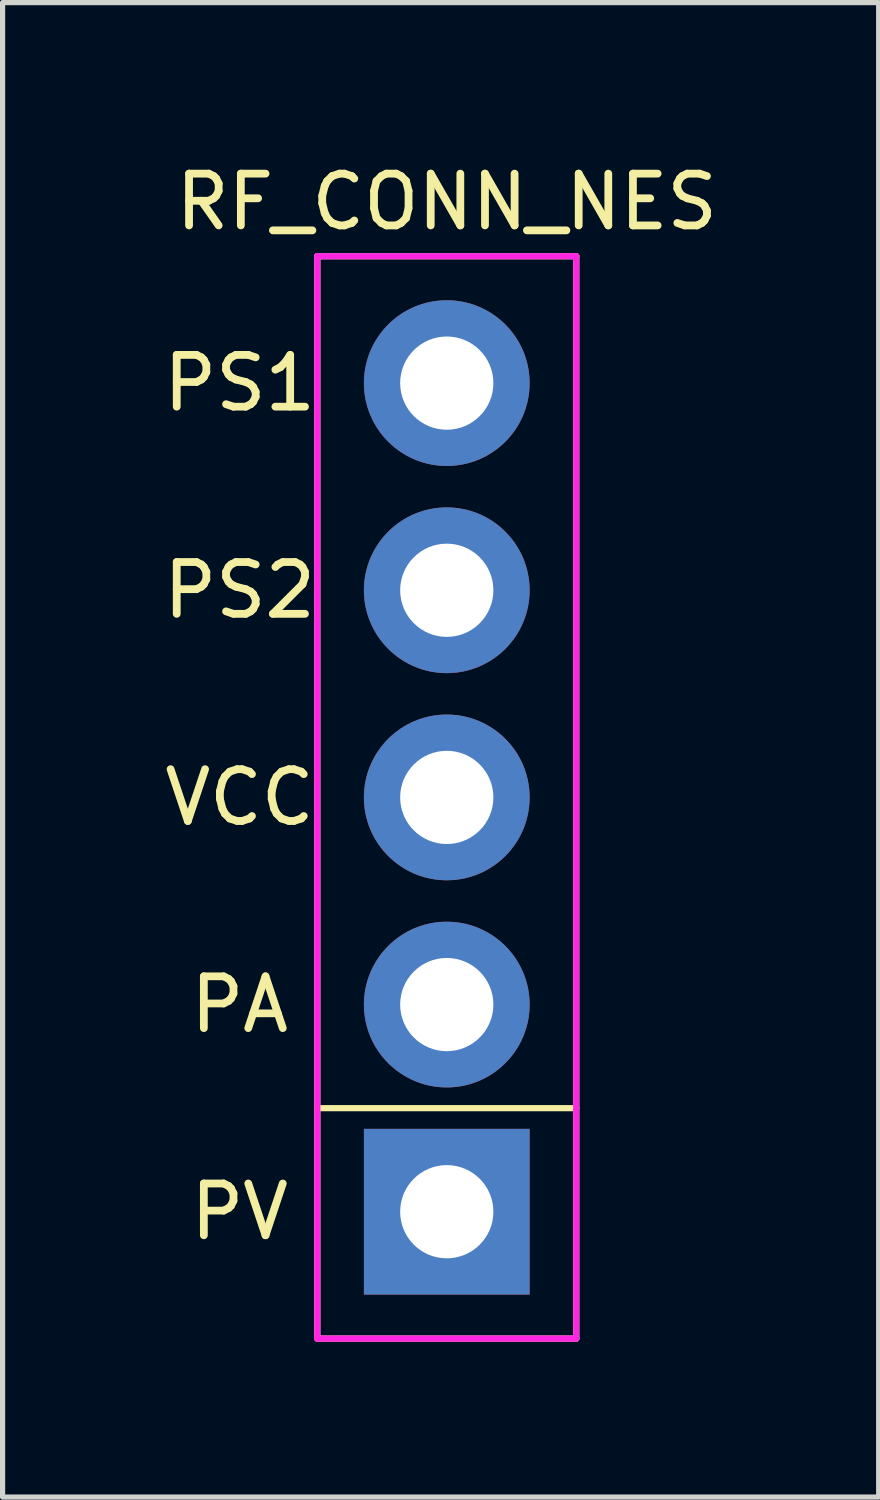
<source format=kicad_pcb>
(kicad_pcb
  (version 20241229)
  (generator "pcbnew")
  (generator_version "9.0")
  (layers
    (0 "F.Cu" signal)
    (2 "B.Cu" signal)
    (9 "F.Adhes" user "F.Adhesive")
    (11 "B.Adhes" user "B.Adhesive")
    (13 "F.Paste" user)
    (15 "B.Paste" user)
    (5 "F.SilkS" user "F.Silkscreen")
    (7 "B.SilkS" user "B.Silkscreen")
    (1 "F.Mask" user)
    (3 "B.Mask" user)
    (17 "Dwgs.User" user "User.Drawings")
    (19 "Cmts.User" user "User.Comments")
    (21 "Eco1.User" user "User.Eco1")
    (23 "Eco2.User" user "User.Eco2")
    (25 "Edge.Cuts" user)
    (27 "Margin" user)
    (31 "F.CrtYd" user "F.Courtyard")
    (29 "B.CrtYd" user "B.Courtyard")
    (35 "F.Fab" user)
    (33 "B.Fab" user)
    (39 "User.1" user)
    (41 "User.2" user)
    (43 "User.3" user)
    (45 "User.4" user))
  (footprint "RF_CONN_NES"
    (layer "F.Cu")
    (at 5.577 12.348)
    (property "Reference" "RF_CONN_NES" (at 0 -11.5 0) (layer "F.SilkS") (effects (font (size 1 1) (thickness 0.15))))
    (attr through_hole)
    (fp_line (start -2.5 -10.45) (end -2.5 10.45) (stroke (width 0.12) (type solid)) (layer "F.SilkS"))
    (fp_line (start -2.5 -10.45) (end 2.5 -10.45) (stroke (width 0.12) (type solid)) (layer "F.SilkS"))
    (fp_line (start -2.5 6) (end 2.5 6) (stroke (width 0.12) (type solid)) (layer "F.SilkS"))
    (fp_line (start -2.5 10.45) (end 2.5 10.45) (stroke (width 0.12) (type solid)) (layer "F.SilkS"))
    (fp_line (start 2.5 10.45) (end 2.5 -10.45) (stroke (width 0.12) (type solid)) (layer "F.SilkS"))
    (fp_line (start -2.5 -10.45) (end -2.5 10.45) (stroke (width 0.12) (type solid)) (layer "F.CrtYd"))
    (fp_line (start -2.5 -10.45) (end 2.5 -10.45) (stroke (width 0.12) (type solid)) (layer "F.CrtYd"))
    (fp_line (start -2.5 10.45) (end 2.5 10.45) (stroke (width 0.12) (type solid)) (layer "F.CrtYd"))
    (fp_line (start 2.5 10.45) (end 2.5 -10.45) (stroke (width 0.12) (type solid)) (layer "F.CrtYd"))
    (fp_text user "PS1" (at -4 -8 0) (layer "F.SilkS") (effects (font (size 1 1) (thickness 0.15))))
    (fp_text user "PV" (at -4 8 0) (layer "F.SilkS") (effects (font (size 1 1) (thickness 0.15))))
    (fp_text user "PS2" (at -4 -4 0) (layer "F.SilkS") (effects (font (size 1 1) (thickness 0.15))))
    (fp_text user "PA" (at -4 4 0) (layer "F.SilkS") (effects (font (size 1 1) (thickness 0.15))))
    (fp_text user "VCC" (at -4 0 0) (layer "F.SilkS") (effects (font (size 1 1) (thickness 0.15))))
    (pad "1" thru_hole rect (at 0 8 90) (size 3.2 3.2) (drill 1.8) (layers "*.Cu" "*.Mask"))
    (pad "2" thru_hole circle (at 0 4 90) (size 3.2 3.2) (drill 1.8) (layers "*.Cu" "*.Mask"))
    (pad "3" thru_hole circle (at 0 0 90) (size 3.2 3.2) (drill 1.8) (layers "*.Cu" "*.Mask"))
    (pad "4" thru_hole circle (at 0 -4 90) (size 3.2 3.2) (drill 1.8) (layers "*.Cu" "*.Mask"))
    (pad "5" thru_hole circle (at 0 -8 90) (size 3.2 3.2) (drill 1.8) (layers "*.Cu" "*.Mask")))
  (gr_rect
    (start -3 -3)
    (end 13.917 25.858)
    (stroke (width 0.1) (type default))
    (fill no)
    (layer "Edge.Cuts")))
</source>
